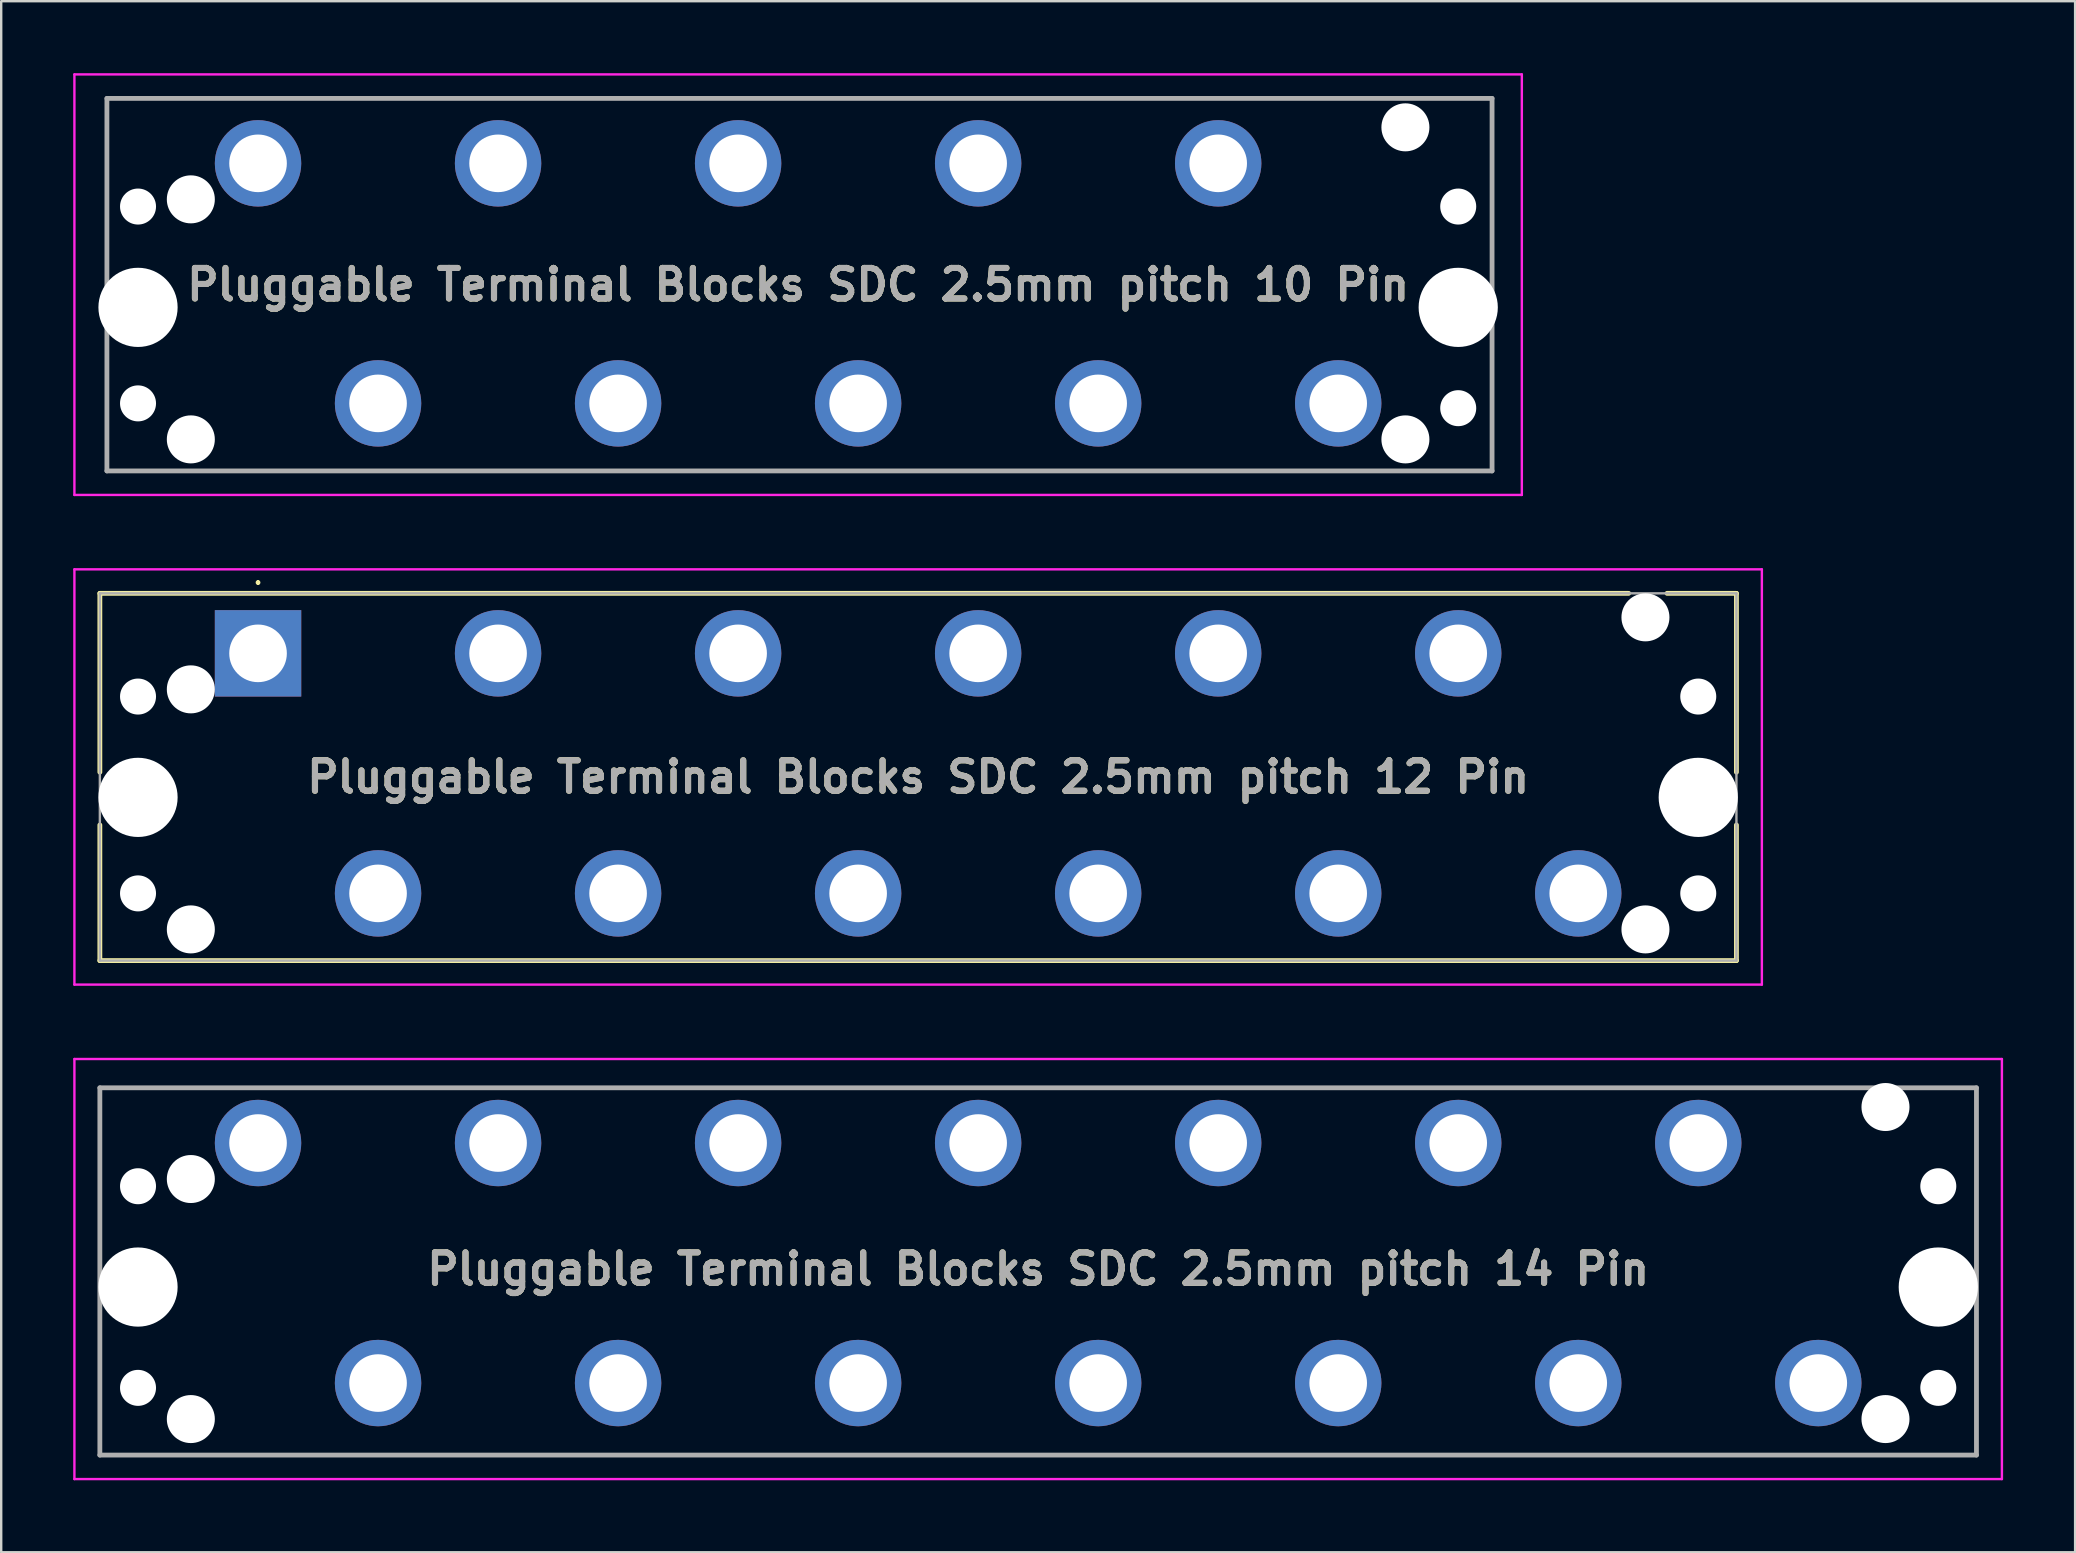
<source format=kicad_pcb>
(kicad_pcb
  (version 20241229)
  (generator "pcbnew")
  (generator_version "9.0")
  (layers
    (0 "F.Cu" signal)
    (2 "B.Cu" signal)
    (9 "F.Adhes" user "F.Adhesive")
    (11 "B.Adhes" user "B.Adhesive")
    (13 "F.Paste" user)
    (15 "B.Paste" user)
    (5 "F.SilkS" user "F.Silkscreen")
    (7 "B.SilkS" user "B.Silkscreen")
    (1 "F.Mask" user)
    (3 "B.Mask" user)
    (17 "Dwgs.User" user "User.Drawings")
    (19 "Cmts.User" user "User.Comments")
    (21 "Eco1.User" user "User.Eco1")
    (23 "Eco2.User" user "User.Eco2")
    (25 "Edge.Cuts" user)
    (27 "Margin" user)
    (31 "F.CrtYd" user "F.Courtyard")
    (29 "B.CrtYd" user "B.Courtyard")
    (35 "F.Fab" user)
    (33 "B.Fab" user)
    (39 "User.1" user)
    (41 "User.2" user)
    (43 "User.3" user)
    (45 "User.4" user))
  (footprint "Pluggable Terminal Blocks SDC 2.5mm pitch 12 Pin"
    (layer "F.Cu")
    (at 7.7 24.169)
    (property "Reference" "Pluggable Terminal Blocks SDC 2.5mm pitch 12 Pin" (at 27.5 5.15 0) (layer "F.SilkS") (effects (font (size 1.27 1.27) (thickness 0.254))))
    (attr through_hole)
    (fp_line (start -6.59 -2.5) (end -6.59 4.95) (stroke (width 0.2) (type solid)) (layer "F.SilkS"))
    (fp_line (start -6.59 7.15) (end -6.59 12.8) (stroke (width 0.2) (type solid)) (layer "F.SilkS"))
    (fp_line (start -6.59 12.8) (end 61.59 12.8) (stroke (width 0.2) (type solid)) (layer "F.SilkS"))
    (fp_line (start 0 -3) (end 0 -3) (stroke (width 0.1) (type solid)) (layer "F.SilkS"))
    (fp_line (start 0 -2.9) (end 0 -2.9) (stroke (width 0.1) (type solid)) (layer "F.SilkS"))
    (fp_line (start 57.1 -2.5) (end -6.59 -2.5) (stroke (width 0.2) (type solid)) (layer "F.SilkS"))
    (fp_line (start 61.59 -2.5) (end 58.7 -2.5) (stroke (width 0.2) (type solid)) (layer "F.SilkS"))
    (fp_line (start 61.59 4.95) (end 61.59 -2.5) (stroke (width 0.2) (type solid)) (layer "F.SilkS"))
    (fp_line (start 61.59 12.8) (end 61.59 7.15) (stroke (width 0.2) (type solid)) (layer "F.SilkS"))
    (fp_arc (start 0 -3) (mid 0.05 -2.95) (end 0 -2.9) (stroke (width 0.1) (type solid)) (layer "F.SilkS"))
    (fp_arc (start 0 -2.9) (mid -0.05 -2.95) (end 0 -3) (stroke (width 0.1) (type solid)) (layer "F.SilkS"))
    (fp_line (start -7.65 -3.5) (end 62.65 -3.5) (stroke (width 0.1) (type solid)) (layer "F.CrtYd"))
    (fp_line (start -7.65 13.8) (end -7.65 -3.5) (stroke (width 0.1) (type solid)) (layer "F.CrtYd"))
    (fp_line (start 62.65 -3.5) (end 62.65 13.8) (stroke (width 0.1) (type solid)) (layer "F.CrtYd"))
    (fp_line (start 62.65 13.8) (end -7.65 13.8) (stroke (width 0.1) (type solid)) (layer "F.CrtYd"))
    (fp_line (start -6.59 -2.5) (end -6.59 12.8) (stroke (width 0.1) (type solid)) (layer "F.Fab"))
    (fp_line (start -6.59 12.8) (end 61.59 12.8) (stroke (width 0.1) (type solid)) (layer "F.Fab"))
    (fp_line (start 61.59 -2.5) (end -6.59 -2.5) (stroke (width 0.1) (type solid)) (layer "F.Fab"))
    (fp_line (start 61.59 12.8) (end 61.59 -2.5) (stroke (width 0.1) (type solid)) (layer "F.Fab"))
    (fp_text user "${REFERENCE}" (at 27.5 5.15 0) (layer "F.Fab") (effects (font (size 1.27 1.27) (thickness 0.254))))
    (pad "" np_thru_hole circle (at -5 1.8) (size 1.5 1.5) (drill 1.5) (layers "*.Cu" "*.Mask"))
    (pad "" np_thru_hole circle (at -5 6) (size 3.3 3.3) (drill 3.3) (layers "*.Cu" "*.Mask"))
    (pad "" np_thru_hole circle (at -5 10) (size 1.5 1.5) (drill 1.5) (layers "*.Cu" "*.Mask"))
    (pad "" np_thru_hole circle (at -2.8 1.5) (size 2 2) (drill 2) (layers "*.Cu" "*.Mask"))
    (pad "" np_thru_hole circle (at -2.8 11.5) (size 2 2) (drill 2) (layers "*.Cu" "*.Mask"))
    (pad "" np_thru_hole circle (at 57.8 -1.5) (size 2 2) (drill 2) (layers "*.Cu" "*.Mask"))
    (pad "" np_thru_hole circle (at 57.8 11.5) (size 2 2) (drill 2) (layers "*.Cu" "*.Mask"))
    (pad "" np_thru_hole circle (at 60 1.8) (size 1.5 1.5) (drill 1.5) (layers "*.Cu" "*.Mask"))
    (pad "" np_thru_hole circle (at 60 6) (size 3.3 3.3) (drill 3.3) (layers "*.Cu" "*.Mask"))
    (pad "" np_thru_hole circle (at 60 10) (size 1.5 1.5) (drill 1.5) (layers "*.Cu" "*.Mask"))
    (pad "1" thru_hole rect (at 0 0) (size 3.6 3.6) (drill 2.4) (layers "*.Cu" "*.Mask"))
    (pad "2" thru_hole circle (at 5 10) (size 3.6 3.6) (drill 2.4) (layers "*.Cu" "*.Mask"))
    (pad "3" thru_hole circle (at 10 0) (size 3.6 3.6) (drill 2.4) (layers "*.Cu" "*.Mask"))
    (pad "4" thru_hole circle (at 15 10) (size 3.6 3.6) (drill 2.4) (layers "*.Cu" "*.Mask"))
    (pad "5" thru_hole circle (at 20 0) (size 3.6 3.6) (drill 2.4) (layers "*.Cu" "*.Mask"))
    (pad "6" thru_hole circle (at 25 10) (size 3.6 3.6) (drill 2.4) (layers "*.Cu" "*.Mask"))
    (pad "7" thru_hole circle (at 30 0) (size 3.6 3.6) (drill 2.4) (layers "*.Cu" "*.Mask"))
    (pad "8" thru_hole circle (at 35 10) (size 3.6 3.6) (drill 2.4) (layers "*.Cu" "*.Mask"))
    (pad "9" thru_hole circle (at 40 0) (size 3.6 3.6) (drill 2.4) (layers "*.Cu" "*.Mask"))
    (pad "10" thru_hole circle (at 45 10) (size 3.6 3.6) (drill 2.4) (layers "*.Cu" "*.Mask"))
    (pad "11" thru_hole circle (at 50 0) (size 3.6 3.6) (drill 2.4) (layers "*.Cu" "*.Mask"))
    (pad "12" thru_hole circle (at 55 10) (size 3.6 3.6) (drill 2.4) (layers "*.Cu" "*.Mask")))
  (footprint "Pluggable Terminal Blocks SDC 2.5mm pitch 14 Pin"
    (layer "F.Cu")
    (at 40.2 49.919)
    (property "Reference" "Pluggable Terminal Blocks SDC 2.5mm pitch 14 Pin" (at 0 -0.1 0) (layer "F.SilkS") (effects (font (size 1.27 1.27) (thickness 0.254))))
    (attr through_hole)
    (fp_line (start -39.09 -7.65) (end 34 -7.65) (stroke (width 0.1) (type solid)) (layer "F.SilkS"))
    (fp_line (start -39.09 -1.35) (end -39.09 -7.65) (stroke (width 0.1) (type solid)) (layer "F.SilkS"))
    (fp_line (start -39.09 7.65) (end -39.09 2.65) (stroke (width 0.1) (type solid)) (layer "F.SilkS"))
    (fp_line (start 36.5 -7.65) (end 39 -7.65) (stroke (width 0.1) (type solid)) (layer "F.SilkS"))
    (fp_line (start 39 -7.65) (end 39.09 -7.65) (stroke (width 0.1) (type solid)) (layer "F.SilkS"))
    (fp_line (start 39.09 -7.65) (end 39.09 -0.85) (stroke (width 0.1) (type solid)) (layer "F.SilkS"))
    (fp_line (start 39.09 2.15) (end 39.09 7.65) (stroke (width 0.1) (type solid)) (layer "F.SilkS"))
    (fp_line (start 39.09 7.65) (end -39.09 7.65) (stroke (width 0.1) (type solid)) (layer "F.SilkS"))
    (fp_line (start -40.15 -8.85) (end 40.15 -8.85) (stroke (width 0.1) (type solid)) (layer "F.CrtYd"))
    (fp_line (start -40.15 8.65) (end -40.15 -8.85) (stroke (width 0.1) (type solid)) (layer "F.CrtYd"))
    (fp_line (start 40.15 -8.85) (end 40.15 8.65) (stroke (width 0.1) (type solid)) (layer "F.CrtYd"))
    (fp_line (start 40.15 8.65) (end -40.15 8.65) (stroke (width 0.1) (type solid)) (layer "F.CrtYd"))
    (fp_line (start -39.09 -7.65) (end 39.09 -7.65) (stroke (width 0.2) (type solid)) (layer "F.Fab"))
    (fp_line (start -39.09 7.65) (end -39.09 -7.65) (stroke (width 0.2) (type solid)) (layer "F.Fab"))
    (fp_line (start 39.09 -7.65) (end 39.09 7.65) (stroke (width 0.2) (type solid)) (layer "F.Fab"))
    (fp_line (start 39.09 7.65) (end -39.09 7.65) (stroke (width 0.2) (type solid)) (layer "F.Fab"))
    (fp_text user "${REFERENCE}" (at 0 -0.1 0) (layer "F.Fab") (effects (font (size 1.27 1.27) (thickness 0.254))))
    (pad "" np_thru_hole circle (at -37.5 -3.55) (size 1.5 1.5) (drill 1.5) (layers "*.Cu" "*.Mask"))
    (pad "" np_thru_hole circle (at -37.5 0.65) (size 3.3 3.3) (drill 3.3) (layers "*.Cu" "*.Mask"))
    (pad "" np_thru_hole circle (at -37.5 4.85) (size 1.5 1.5) (drill 1.5) (layers "*.Cu" "*.Mask"))
    (pad "" np_thru_hole circle (at -35.3 -3.85) (size 2 2) (drill 2) (layers "*.Cu" "*.Mask"))
    (pad "" np_thru_hole circle (at -35.3 6.15) (size 2 2) (drill 2) (layers "*.Cu" "*.Mask"))
    (pad "" np_thru_hole circle (at 35.3 -6.85) (size 2 2) (drill 2) (layers "*.Cu" "*.Mask"))
    (pad "" np_thru_hole circle (at 35.3 6.15) (size 2 2) (drill 2) (layers "*.Cu" "*.Mask"))
    (pad "" np_thru_hole circle (at 37.5 -3.55) (size 1.5 1.5) (drill 1.5) (layers "*.Cu" "*.Mask"))
    (pad "" np_thru_hole circle (at 37.5 0.65) (size 3.3 3.3) (drill 3.3) (layers "*.Cu" "*.Mask"))
    (pad "" np_thru_hole circle (at 37.5 4.85) (size 1.5 1.5) (drill 1.5) (layers "*.Cu" "*.Mask"))
    (pad "1" thru_hole circle (at -32.5 -5.35) (size 3.6 3.6) (drill 2.4) (layers "*.Cu" "*.Mask"))
    (pad "2" thru_hole circle (at -27.5 4.65) (size 3.6 3.6) (drill 2.4) (layers "*.Cu" "*.Mask"))
    (pad "3" thru_hole circle (at -22.5 -5.35) (size 3.6 3.6) (drill 2.4) (layers "*.Cu" "*.Mask"))
    (pad "4" thru_hole circle (at -17.5 4.65) (size 3.6 3.6) (drill 2.4) (layers "*.Cu" "*.Mask"))
    (pad "5" thru_hole circle (at -12.5 -5.35) (size 3.6 3.6) (drill 2.4) (layers "*.Cu" "*.Mask"))
    (pad "6" thru_hole circle (at -7.5 4.65) (size 3.6 3.6) (drill 2.4) (layers "*.Cu" "*.Mask"))
    (pad "7" thru_hole circle (at -2.5 -5.35) (size 3.6 3.6) (drill 2.4) (layers "*.Cu" "*.Mask"))
    (pad "8" thru_hole circle (at 2.5 4.65) (size 3.6 3.6) (drill 2.4) (layers "*.Cu" "*.Mask"))
    (pad "9" thru_hole circle (at 7.5 -5.35) (size 3.6 3.6) (drill 2.4) (layers "*.Cu" "*.Mask"))
    (pad "10" thru_hole circle (at 12.5 4.65) (size 3.6 3.6) (drill 2.4) (layers "*.Cu" "*.Mask"))
    (pad "11" thru_hole circle (at 17.5 -5.35) (size 3.6 3.6) (drill 2.4) (layers "*.Cu" "*.Mask"))
    (pad "12" thru_hole circle (at 22.5 4.65) (size 3.6 3.6) (drill 2.4) (layers "*.Cu" "*.Mask"))
    (pad "13" thru_hole circle (at 27.5 -5.35) (size 3.6 3.6) (drill 2.4) (layers "*.Cu" "*.Mask"))
    (pad "14" thru_hole circle (at 32.5 4.65) (size 3.6 3.6) (drill 2.4) (layers "*.Cu" "*.Mask")))
  (footprint "Pluggable Terminal Blocks SDC 2.5mm pitch 10 Pin"
    (layer "F.Cu")
    (at 7.7 3.755)
    (property "Reference" "Pluggable Terminal Blocks SDC 2.5mm pitch 10 Pin" (at 22.5 5.055 0) (layer "F.SilkS") (effects (font (size 1.27 1.27) (thickness 0.254))))
    (attr through_hole)
    (fp_line (start -6.296 -2.705) (end 51.41 -2.705) (stroke (width 0.1) (type solid)) (layer "F.SilkS"))
    (fp_line (start -6.296 3.773) (end -6.296 -2.705) (stroke (width 0.1) (type solid)) (layer "F.SilkS"))
    (fp_line (start -6.296 8.102) (end -6.296 12.814) (stroke (width 0.1) (type solid)) (layer "F.SilkS"))
    (fp_line (start -6.296 12.814) (end 51.41 12.814) (stroke (width 0.1) (type solid)) (layer "F.SilkS"))
    (fp_line (start 51.41 -2.705) (end 51.41 3.773) (stroke (width 0.1) (type solid)) (layer "F.SilkS"))
    (fp_line (start 51.41 12.814) (end 51.41 8.102) (stroke (width 0.1) (type solid)) (layer "F.SilkS"))
    (fp_line (start -7.65 -3.705) (end 52.65 -3.705) (stroke (width 0.1) (type solid)) (layer "F.CrtYd"))
    (fp_line (start -7.65 13.814) (end -7.65 -3.705) (stroke (width 0.1) (type solid)) (layer "F.CrtYd"))
    (fp_line (start 52.65 -3.705) (end 52.65 13.814) (stroke (width 0.1) (type solid)) (layer "F.CrtYd"))
    (fp_line (start 52.65 13.814) (end -7.65 13.814) (stroke (width 0.1) (type solid)) (layer "F.CrtYd"))
    (fp_line (start -6.296 -2.705) (end 51.41 -2.705) (stroke (width 0.2) (type solid)) (layer "F.Fab"))
    (fp_line (start -6.296 12.814) (end -6.296 -2.705) (stroke (width 0.2) (type solid)) (layer "F.Fab"))
    (fp_line (start 51.41 -2.705) (end 51.41 12.814) (stroke (width 0.2) (type solid)) (layer "F.Fab"))
    (fp_line (start 51.41 12.814) (end -6.296 12.814) (stroke (width 0.2) (type solid)) (layer "F.Fab"))
    (fp_text user "${REFERENCE}" (at 22.5 5.055 0) (layer "F.Fab") (effects (font (size 1.27 1.27) (thickness 0.254))))
    (pad "" np_thru_hole circle (at -5 1.8) (size 1.5 1.5) (drill 1.5) (layers "*.Cu" "*.Mask"))
    (pad "" np_thru_hole circle (at -5 6) (size 3.3 3.3) (drill 3.3) (layers "*.Cu" "*.Mask"))
    (pad "" np_thru_hole circle (at -5 10) (size 1.5 1.5) (drill 1.5) (layers "*.Cu" "*.Mask"))
    (pad "" np_thru_hole circle (at -2.8 1.5) (size 2 2) (drill 2) (layers "*.Cu" "*.Mask"))
    (pad "" np_thru_hole circle (at -2.8 11.5) (size 2 2) (drill 2) (layers "*.Cu" "*.Mask"))
    (pad "" np_thru_hole circle (at 47.8 -1.5) (size 2 2) (drill 2) (layers "*.Cu" "*.Mask"))
    (pad "" np_thru_hole circle (at 47.8 11.5) (size 2 2) (drill 2) (layers "*.Cu" "*.Mask"))
    (pad "" np_thru_hole circle (at 50 1.8) (size 1.5 1.5) (drill 1.5) (layers "*.Cu" "*.Mask"))
    (pad "" np_thru_hole circle (at 50 6) (size 3.3 3.3) (drill 3.3) (layers "*.Cu" "*.Mask"))
    (pad "" np_thru_hole circle (at 50 10.2) (size 1.5 1.5) (drill 1.5) (layers "*.Cu" "*.Mask"))
    (pad "1" thru_hole circle (at 0 0) (size 3.6 3.6) (drill 2.4) (layers "*.Cu" "*.Mask"))
    (pad "2" thru_hole circle (at 5 10) (size 3.6 3.6) (drill 2.4) (layers "*.Cu" "*.Mask"))
    (pad "3" thru_hole circle (at 10 0) (size 3.6 3.6) (drill 2.4) (layers "*.Cu" "*.Mask"))
    (pad "4" thru_hole circle (at 15 10) (size 3.6 3.6) (drill 2.4) (layers "*.Cu" "*.Mask"))
    (pad "5" thru_hole circle (at 20 0) (size 3.6 3.6) (drill 2.4) (layers "*.Cu" "*.Mask"))
    (pad "6" thru_hole circle (at 25 10) (size 3.6 3.6) (drill 2.4) (layers "*.Cu" "*.Mask"))
    (pad "7" thru_hole circle (at 30 0) (size 3.6 3.6) (drill 2.4) (layers "*.Cu" "*.Mask"))
    (pad "8" thru_hole circle (at 35 10) (size 3.6 3.6) (drill 2.4) (layers "*.Cu" "*.Mask"))
    (pad "9" thru_hole circle (at 40 0) (size 3.6 3.6) (drill 2.4) (layers "*.Cu" "*.Mask"))
    (pad "10" thru_hole circle (at 45 10) (size 3.6 3.6) (drill 2.4) (layers "*.Cu" "*.Mask")))
  (gr_rect
    (start -3 -3)
    (end 83.4 61.619)
    (stroke (width 0.1) (type default))
    (fill no)
    (layer "Edge.Cuts")))
</source>
